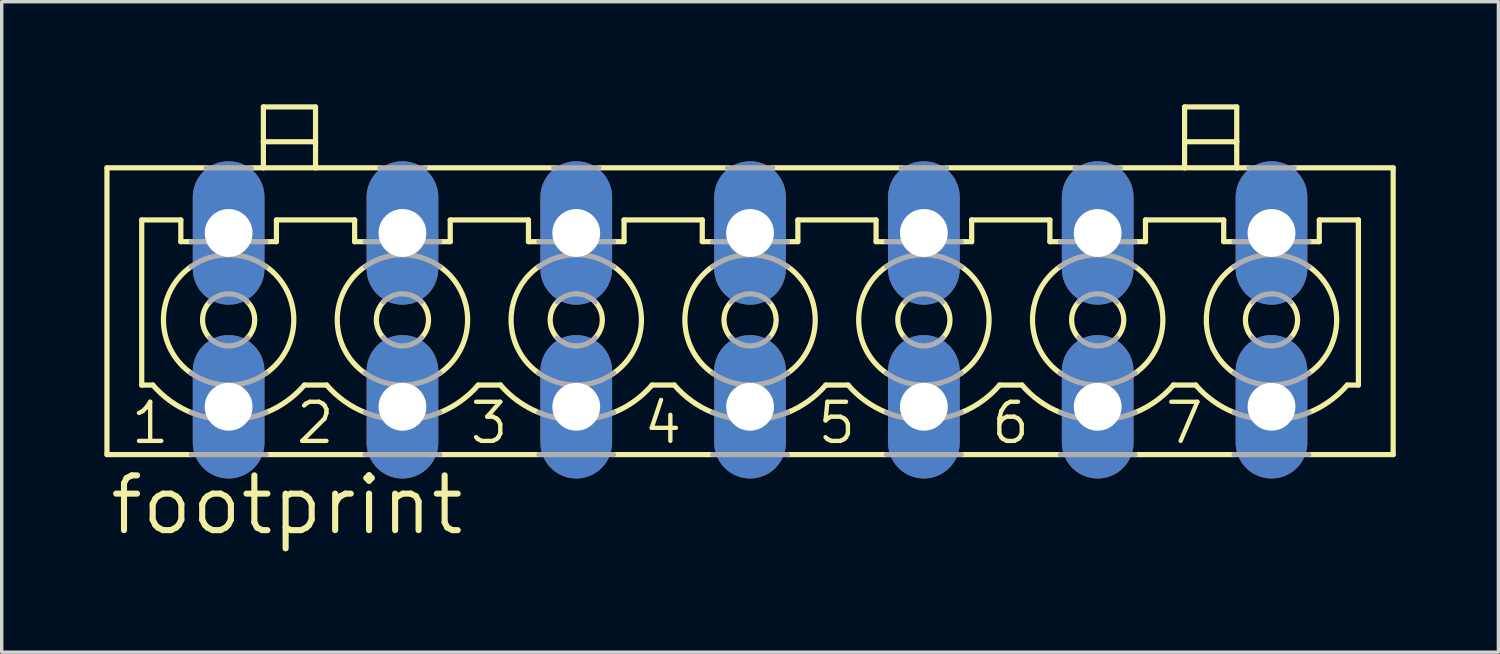
<source format=kicad_pcb>
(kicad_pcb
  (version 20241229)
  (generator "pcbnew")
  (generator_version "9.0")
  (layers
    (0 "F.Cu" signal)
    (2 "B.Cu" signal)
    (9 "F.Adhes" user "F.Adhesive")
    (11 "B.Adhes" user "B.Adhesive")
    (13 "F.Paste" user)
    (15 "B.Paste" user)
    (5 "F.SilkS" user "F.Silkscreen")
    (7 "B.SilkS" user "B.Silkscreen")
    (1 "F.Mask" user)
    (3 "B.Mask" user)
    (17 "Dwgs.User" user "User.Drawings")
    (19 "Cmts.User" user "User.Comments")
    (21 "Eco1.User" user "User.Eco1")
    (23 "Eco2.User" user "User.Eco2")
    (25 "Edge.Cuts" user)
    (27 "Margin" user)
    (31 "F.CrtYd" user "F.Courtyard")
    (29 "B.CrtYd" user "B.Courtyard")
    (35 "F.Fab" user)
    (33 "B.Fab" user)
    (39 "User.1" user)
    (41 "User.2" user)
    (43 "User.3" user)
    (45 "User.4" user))
  (footprint "footprint"
    (layer "F.Cu")
    (at 18.872 6.299)
    (property "Reference" "footprint" (at -18.796 6.35 0) (layer "F.SilkS") (effects (font (size 1.6 1.6) (thickness 0.178)) (justify left bottom)))
    (fp_line (start -18.796 -4.445) (end -18.796 3.937) (stroke (width 0.152) (type solid)) (layer "F.SilkS"))
    (fp_line (start -18.796 -4.445) (end -15.9 -4.445) (stroke (width 0.152) (type solid)) (layer "F.SilkS"))
    (fp_line (start -18.796 3.937) (end -16.332 3.937) (stroke (width 0.152) (type solid)) (layer "F.SilkS"))
    (fp_line (start -17.78 -2.921) (end -17.78 1.905) (stroke (width 0.152) (type solid)) (layer "F.SilkS"))
    (fp_line (start -17.78 -2.921) (end -16.637 -2.921) (stroke (width 0.152) (type solid)) (layer "F.SilkS"))
    (fp_line (start -17.78 1.905) (end -17.454 1.905) (stroke (width 0.152) (type solid)) (layer "F.SilkS"))
    (fp_line (start -16.637 -2.286) (end -16.637 -2.921) (stroke (width 0.152) (type solid)) (layer "F.SilkS"))
    (fp_line (start -16.637 -2.286) (end -16.332 -2.286) (stroke (width 0.152) (type solid)) (layer "F.SilkS"))
    (fp_line (start -14.58 -4.445) (end -14.224 -4.445) (stroke (width 0.152) (type solid)) (layer "F.SilkS"))
    (fp_line (start -14.224 -5.207) (end -14.224 -6.223) (stroke (width 0.152) (type solid)) (layer "F.SilkS"))
    (fp_line (start -14.224 -5.207) (end -12.7 -5.207) (stroke (width 0.152) (type solid)) (layer "F.SilkS"))
    (fp_line (start -14.224 -4.445) (end -14.224 -5.207) (stroke (width 0.152) (type solid)) (layer "F.SilkS"))
    (fp_line (start -14.224 -4.445) (end -12.7 -4.445) (stroke (width 0.152) (type solid)) (layer "F.SilkS"))
    (fp_line (start -14.148 -2.286) (end -13.843 -2.286) (stroke (width 0.152) (type solid)) (layer "F.SilkS"))
    (fp_line (start -14.148 3.937) (end -11.252 3.937) (stroke (width 0.152) (type solid)) (layer "F.SilkS"))
    (fp_line (start -13.843 -2.921) (end -11.557 -2.921) (stroke (width 0.152) (type solid)) (layer "F.SilkS"))
    (fp_line (start -13.843 -2.286) (end -13.843 -2.921) (stroke (width 0.152) (type solid)) (layer "F.SilkS"))
    (fp_line (start -13.026 1.905) (end -12.374 1.905) (stroke (width 0.152) (type solid)) (layer "F.SilkS"))
    (fp_line (start -12.7 -6.223) (end -14.224 -6.223) (stroke (width 0.152) (type solid)) (layer "F.SilkS"))
    (fp_line (start -12.7 -5.207) (end -12.7 -6.223) (stroke (width 0.152) (type solid)) (layer "F.SilkS"))
    (fp_line (start -12.7 -4.445) (end -12.7 -5.207) (stroke (width 0.152) (type solid)) (layer "F.SilkS"))
    (fp_line (start -12.7 -4.445) (end -10.82 -4.445) (stroke (width 0.152) (type solid)) (layer "F.SilkS"))
    (fp_line (start -11.557 -2.286) (end -11.557 -2.921) (stroke (width 0.152) (type solid)) (layer "F.SilkS"))
    (fp_line (start -11.557 -2.286) (end -11.252 -2.286) (stroke (width 0.152) (type solid)) (layer "F.SilkS"))
    (fp_line (start -9.5 -4.445) (end -5.715 -4.445) (stroke (width 0.152) (type solid)) (layer "F.SilkS"))
    (fp_line (start -9.068 -2.286) (end -8.763 -2.286) (stroke (width 0.152) (type solid)) (layer "F.SilkS"))
    (fp_line (start -9.068 3.937) (end -6.172 3.937) (stroke (width 0.152) (type solid)) (layer "F.SilkS"))
    (fp_line (start -8.763 -2.921) (end -6.477 -2.921) (stroke (width 0.152) (type solid)) (layer "F.SilkS"))
    (fp_line (start -8.763 -2.286) (end -8.763 -2.921) (stroke (width 0.152) (type solid)) (layer "F.SilkS"))
    (fp_line (start -7.946 1.905) (end -7.294 1.905) (stroke (width 0.152) (type solid)) (layer "F.SilkS"))
    (fp_line (start -6.477 -2.286) (end -6.477 -2.921) (stroke (width 0.152) (type solid)) (layer "F.SilkS"))
    (fp_line (start -6.477 -2.286) (end -6.172 -2.286) (stroke (width 0.152) (type solid)) (layer "F.SilkS"))
    (fp_line (start -4.42 -4.445) (end -0.635 -4.445) (stroke (width 0.152) (type solid)) (layer "F.SilkS"))
    (fp_line (start -3.988 -2.286) (end -3.683 -2.286) (stroke (width 0.152) (type solid)) (layer "F.SilkS"))
    (fp_line (start -3.988 3.937) (end -1.092 3.937) (stroke (width 0.152) (type solid)) (layer "F.SilkS"))
    (fp_line (start -3.683 -2.921) (end -1.397 -2.921) (stroke (width 0.152) (type solid)) (layer "F.SilkS"))
    (fp_line (start -3.683 -2.286) (end -3.683 -2.921) (stroke (width 0.152) (type solid)) (layer "F.SilkS"))
    (fp_line (start -2.866 1.905) (end -2.214 1.905) (stroke (width 0.152) (type solid)) (layer "F.SilkS"))
    (fp_line (start -1.397 -2.286) (end -1.397 -2.921) (stroke (width 0.152) (type solid)) (layer "F.SilkS"))
    (fp_line (start -1.397 -2.286) (end -1.092 -2.286) (stroke (width 0.152) (type solid)) (layer "F.SilkS"))
    (fp_line (start 0.66 -4.445) (end 4.445 -4.445) (stroke (width 0.152) (type solid)) (layer "F.SilkS"))
    (fp_line (start 1.092 -2.286) (end 1.397 -2.286) (stroke (width 0.152) (type solid)) (layer "F.SilkS"))
    (fp_line (start 1.092 3.937) (end 3.988 3.937) (stroke (width 0.152) (type solid)) (layer "F.SilkS"))
    (fp_line (start 1.397 -2.921) (end 3.683 -2.921) (stroke (width 0.152) (type solid)) (layer "F.SilkS"))
    (fp_line (start 1.397 -2.286) (end 1.397 -2.921) (stroke (width 0.152) (type solid)) (layer "F.SilkS"))
    (fp_line (start 2.214 1.905) (end 2.866 1.905) (stroke (width 0.152) (type solid)) (layer "F.SilkS"))
    (fp_line (start 3.683 -2.286) (end 3.683 -2.921) (stroke (width 0.152) (type solid)) (layer "F.SilkS"))
    (fp_line (start 3.683 -2.286) (end 3.988 -2.286) (stroke (width 0.152) (type solid)) (layer "F.SilkS"))
    (fp_line (start 5.74 -4.445) (end 9.525 -4.445) (stroke (width 0.152) (type solid)) (layer "F.SilkS"))
    (fp_line (start 6.172 -2.286) (end 6.477 -2.286) (stroke (width 0.152) (type solid)) (layer "F.SilkS"))
    (fp_line (start 6.172 3.937) (end 9.068 3.937) (stroke (width 0.152) (type solid)) (layer "F.SilkS"))
    (fp_line (start 6.477 -2.921) (end 8.763 -2.921) (stroke (width 0.152) (type solid)) (layer "F.SilkS"))
    (fp_line (start 6.477 -2.286) (end 6.477 -2.921) (stroke (width 0.152) (type solid)) (layer "F.SilkS"))
    (fp_line (start 7.294 1.905) (end 7.946 1.905) (stroke (width 0.152) (type solid)) (layer "F.SilkS"))
    (fp_line (start 8.763 -2.286) (end 8.763 -2.921) (stroke (width 0.152) (type solid)) (layer "F.SilkS"))
    (fp_line (start 8.763 -2.286) (end 9.068 -2.286) (stroke (width 0.152) (type solid)) (layer "F.SilkS"))
    (fp_line (start 10.82 -4.445) (end 12.7 -4.445) (stroke (width 0.152) (type solid)) (layer "F.SilkS"))
    (fp_line (start 11.252 -2.286) (end 11.557 -2.286) (stroke (width 0.152) (type solid)) (layer "F.SilkS"))
    (fp_line (start 11.252 3.937) (end 14.148 3.937) (stroke (width 0.152) (type solid)) (layer "F.SilkS"))
    (fp_line (start 11.557 -2.921) (end 13.843 -2.921) (stroke (width 0.152) (type solid)) (layer "F.SilkS"))
    (fp_line (start 11.557 -2.286) (end 11.557 -2.921) (stroke (width 0.152) (type solid)) (layer "F.SilkS"))
    (fp_line (start 12.374 1.905) (end 13.026 1.905) (stroke (width 0.152) (type solid)) (layer "F.SilkS"))
    (fp_line (start 12.7 -5.207) (end 12.7 -6.223) (stroke (width 0.152) (type solid)) (layer "F.SilkS"))
    (fp_line (start 12.7 -5.207) (end 14.224 -5.207) (stroke (width 0.152) (type solid)) (layer "F.SilkS"))
    (fp_line (start 12.7 -4.445) (end 12.7 -5.207) (stroke (width 0.152) (type solid)) (layer "F.SilkS"))
    (fp_line (start 12.7 -4.445) (end 14.224 -4.445) (stroke (width 0.152) (type solid)) (layer "F.SilkS"))
    (fp_line (start 13.843 -2.286) (end 13.843 -2.921) (stroke (width 0.152) (type solid)) (layer "F.SilkS"))
    (fp_line (start 13.843 -2.286) (end 14.148 -2.286) (stroke (width 0.152) (type solid)) (layer "F.SilkS"))
    (fp_line (start 14.224 -6.223) (end 12.7 -6.223) (stroke (width 0.152) (type solid)) (layer "F.SilkS"))
    (fp_line (start 14.224 -5.207) (end 14.224 -6.223) (stroke (width 0.152) (type solid)) (layer "F.SilkS"))
    (fp_line (start 14.224 -4.445) (end 14.224 -5.207) (stroke (width 0.152) (type solid)) (layer "F.SilkS"))
    (fp_line (start 14.224 -4.445) (end 14.58 -4.445) (stroke (width 0.152) (type solid)) (layer "F.SilkS"))
    (fp_line (start 15.9 -4.445) (end 18.796 -4.445) (stroke (width 0.152) (type solid)) (layer "F.SilkS"))
    (fp_line (start 16.332 -2.286) (end 16.637 -2.286) (stroke (width 0.152) (type solid)) (layer "F.SilkS"))
    (fp_line (start 16.332 3.937) (end 18.796 3.937) (stroke (width 0.152) (type solid)) (layer "F.SilkS"))
    (fp_line (start 16.637 -2.921) (end 17.78 -2.921) (stroke (width 0.152) (type solid)) (layer "F.SilkS"))
    (fp_line (start 16.637 -2.286) (end 16.637 -2.921) (stroke (width 0.152) (type solid)) (layer "F.SilkS"))
    (fp_line (start 17.454 1.905) (end 17.78 1.905) (stroke (width 0.152) (type solid)) (layer "F.SilkS"))
    (fp_line (start 17.78 1.905) (end 17.78 -2.921) (stroke (width 0.152) (type solid)) (layer "F.SilkS"))
    (fp_line (start 18.796 -4.445) (end 18.796 3.937) (stroke (width 0.152) (type solid)) (layer "F.SilkS"))
    (fp_arc (start -16.332199 1.560801) (mid -17.144993 0.000001) (end -16.3322 -1.5608) (stroke (width 0.1524) (type solid)) (layer "F.SilkS"))
    (fp_arc (start -16.3318 2.7092) (mid -16.941094 2.374351) (end -17.454 1.905) (stroke (width 0.1524) (type solid)) (layer "F.SilkS"))
    (fp_arc (start -15.7914 0.526) (mid -16.002049 0) (end -15.7914 -0.526) (stroke (width 0.1524) (type solid)) (layer "F.SilkS"))
    (fp_arc (start -14.688599 -0.525999) (mid -14.477951 0.000001) (end -14.6886 0.526) (stroke (width 0.1524) (type solid)) (layer "F.SilkS"))
    (fp_arc (start -14.1478 -1.5608) (mid -13.335007 0) (end -14.1478 1.5608) (stroke (width 0.1524) (type solid)) (layer "F.SilkS"))
    (fp_arc (start -13.0255 1.9051) (mid -13.538459 2.374412) (end -14.1478 2.7092) (stroke (width 0.1524) (type solid)) (layer "F.SilkS"))
    (fp_arc (start -11.252199 1.560801) (mid -12.064993 0.000001) (end -11.2522 -1.5608) (stroke (width 0.1524) (type solid)) (layer "F.SilkS"))
    (fp_arc (start -11.2518 2.7092) (mid -11.861094 2.374351) (end -12.374 1.905) (stroke (width 0.1524) (type solid)) (layer "F.SilkS"))
    (fp_arc (start -10.7114 0.526) (mid -10.922049 0) (end -10.7114 -0.526) (stroke (width 0.1524) (type solid)) (layer "F.SilkS"))
    (fp_arc (start -9.608599 -0.525999) (mid -9.397951 0.000001) (end -9.6086 0.526) (stroke (width 0.1524) (type solid)) (layer "F.SilkS"))
    (fp_arc (start -9.0678 -1.5608) (mid -8.255007 0) (end -9.0678 1.5608) (stroke (width 0.1524) (type solid)) (layer "F.SilkS"))
    (fp_arc (start -7.9455 1.9051) (mid -8.458459 2.374412) (end -9.0678 2.7092) (stroke (width 0.1524) (type solid)) (layer "F.SilkS"))
    (fp_arc (start -6.172199 1.560801) (mid -6.984993 0.000001) (end -6.1722 -1.5608) (stroke (width 0.1524) (type solid)) (layer "F.SilkS"))
    (fp_arc (start -6.1718 2.7092) (mid -6.781094 2.374351) (end -7.294 1.905) (stroke (width 0.1524) (type solid)) (layer "F.SilkS"))
    (fp_arc (start -5.6314 0.526) (mid -5.842049 0) (end -5.6314 -0.526) (stroke (width 0.1524) (type solid)) (layer "F.SilkS"))
    (fp_arc (start -4.528599 -0.525999) (mid -4.317951 0.000001) (end -4.5286 0.526) (stroke (width 0.1524) (type solid)) (layer "F.SilkS"))
    (fp_arc (start -3.9878 -1.5608) (mid -3.175007 0) (end -3.9878 1.5608) (stroke (width 0.1524) (type solid)) (layer "F.SilkS"))
    (fp_arc (start -2.8655 1.9051) (mid -3.378459 2.374412) (end -3.9878 2.7092) (stroke (width 0.1524) (type solid)) (layer "F.SilkS"))
    (fp_arc (start -1.0922 1.5608) (mid -1.904993 0) (end -1.0922 -1.5608) (stroke (width 0.1524) (type solid)) (layer "F.SilkS"))
    (fp_arc (start -1.0918 2.7092) (mid -1.701094 2.374351) (end -2.214 1.905) (stroke (width 0.1524) (type solid)) (layer "F.SilkS"))
    (fp_arc (start -0.5514 0.526) (mid -0.762049 0) (end -0.5514 -0.526) (stroke (width 0.1524) (type solid)) (layer "F.SilkS"))
    (fp_arc (start 0.5514 -0.526) (mid 0.762049 0) (end 0.5514 0.526) (stroke (width 0.1524) (type solid)) (layer "F.SilkS"))
    (fp_arc (start 1.0922 -1.5608) (mid 1.904993 0) (end 1.0922 1.5608) (stroke (width 0.1524) (type solid)) (layer "F.SilkS"))
    (fp_arc (start 2.214 1.905) (mid 1.701094 2.374351) (end 1.0918 2.7092) (stroke (width 0.1524) (type solid)) (layer "F.SilkS"))
    (fp_arc (start 3.9878 1.5608) (mid 3.175007 0) (end 3.9878 -1.5608) (stroke (width 0.1524) (type solid)) (layer "F.SilkS"))
    (fp_arc (start 3.9882 2.709) (mid 3.378916 2.374254) (end 2.866 1.905) (stroke (width 0.1524) (type solid)) (layer "F.SilkS"))
    (fp_arc (start 4.528599 0.525999) (mid 4.317951 -0.000001) (end 4.5286 -0.526) (stroke (width 0.1524) (type solid)) (layer "F.SilkS"))
    (fp_arc (start 5.6314 -0.526) (mid 5.842049 0) (end 5.6314 0.526) (stroke (width 0.1524) (type solid)) (layer "F.SilkS"))
    (fp_arc (start 6.172199 -1.560801) (mid 6.984993 -0.000001) (end 6.1722 1.5608) (stroke (width 0.1524) (type solid)) (layer "F.SilkS"))
    (fp_arc (start 7.294 1.905) (mid 6.781094 2.374351) (end 6.1718 2.7092) (stroke (width 0.1524) (type solid)) (layer "F.SilkS"))
    (fp_arc (start 9.0678 1.5608) (mid 8.255007 0) (end 9.0678 -1.5608) (stroke (width 0.1524) (type solid)) (layer "F.SilkS"))
    (fp_arc (start 9.0682 2.709) (mid 8.458916 2.374254) (end 7.946 1.905) (stroke (width 0.1524) (type solid)) (layer "F.SilkS"))
    (fp_arc (start 9.608599 0.525999) (mid 9.397951 -0.000001) (end 9.6086 -0.526) (stroke (width 0.1524) (type solid)) (layer "F.SilkS"))
    (fp_arc (start 10.7114 -0.526) (mid 10.922049 0) (end 10.7114 0.526) (stroke (width 0.1524) (type solid)) (layer "F.SilkS"))
    (fp_arc (start 11.252199 -1.560801) (mid 12.064993 -0.000001) (end 11.2522 1.5608) (stroke (width 0.1524) (type solid)) (layer "F.SilkS"))
    (fp_arc (start 12.374 1.905) (mid 11.861094 2.374351) (end 11.2518 2.7092) (stroke (width 0.1524) (type solid)) (layer "F.SilkS"))
    (fp_arc (start 14.1478 1.5608) (mid 13.335007 0) (end 14.1478 -1.5608) (stroke (width 0.1524) (type solid)) (layer "F.SilkS"))
    (fp_arc (start 14.1482 2.709) (mid 13.538916 2.374254) (end 13.026 1.905) (stroke (width 0.1524) (type solid)) (layer "F.SilkS"))
    (fp_arc (start 14.688599 0.525999) (mid 14.477951 -0.000001) (end 14.6886 -0.526) (stroke (width 0.1524) (type solid)) (layer "F.SilkS"))
    (fp_arc (start 15.7914 -0.526) (mid 16.002049 0) (end 15.7914 0.526) (stroke (width 0.1524) (type solid)) (layer "F.SilkS"))
    (fp_arc (start 16.332199 -1.560801) (mid 17.144993 -0.000001) (end 16.3322 1.5608) (stroke (width 0.1524) (type solid)) (layer "F.SilkS"))
    (fp_arc (start 17.454 1.905) (mid 16.941094 2.374351) (end 16.3318 2.7092) (stroke (width 0.1524) (type solid)) (layer "F.SilkS"))
    (fp_line (start -16.332 -2.286) (end -14.148 -2.286) (stroke (width 0.152) (type solid)) (layer "F.Fab"))
    (fp_line (start -16.332 3.937) (end -14.148 3.937) (stroke (width 0.152) (type solid)) (layer "F.Fab"))
    (fp_line (start -15.9 -4.445) (end -14.58 -4.445) (stroke (width 0.152) (type solid)) (layer "F.Fab"))
    (fp_line (start -11.252 -2.286) (end -9.068 -2.286) (stroke (width 0.152) (type solid)) (layer "F.Fab"))
    (fp_line (start -11.252 3.937) (end -9.068 3.937) (stroke (width 0.152) (type solid)) (layer "F.Fab"))
    (fp_line (start -10.82 -4.445) (end -9.5 -4.445) (stroke (width 0.152) (type solid)) (layer "F.Fab"))
    (fp_line (start -6.172 -2.286) (end -3.988 -2.286) (stroke (width 0.152) (type solid)) (layer "F.Fab"))
    (fp_line (start -6.172 3.937) (end -3.988 3.937) (stroke (width 0.152) (type solid)) (layer "F.Fab"))
    (fp_line (start -5.74 -4.445) (end -4.42 -4.445) (stroke (width 0.152) (type solid)) (layer "F.Fab"))
    (fp_line (start -1.092 -2.286) (end 1.092 -2.286) (stroke (width 0.152) (type solid)) (layer "F.Fab"))
    (fp_line (start -1.092 3.937) (end 1.092 3.937) (stroke (width 0.152) (type solid)) (layer "F.Fab"))
    (fp_line (start -0.66 -4.445) (end 0.66 -4.445) (stroke (width 0.152) (type solid)) (layer "F.Fab"))
    (fp_line (start 3.988 -2.286) (end 6.172 -2.286) (stroke (width 0.152) (type solid)) (layer "F.Fab"))
    (fp_line (start 3.988 3.937) (end 6.172 3.937) (stroke (width 0.152) (type solid)) (layer "F.Fab"))
    (fp_line (start 4.42 -4.445) (end 5.74 -4.445) (stroke (width 0.152) (type solid)) (layer "F.Fab"))
    (fp_line (start 9.068 -2.286) (end 11.252 -2.286) (stroke (width 0.152) (type solid)) (layer "F.Fab"))
    (fp_line (start 9.068 3.937) (end 11.252 3.937) (stroke (width 0.152) (type solid)) (layer "F.Fab"))
    (fp_line (start 9.5 -4.445) (end 10.82 -4.445) (stroke (width 0.152) (type solid)) (layer "F.Fab"))
    (fp_line (start 14.148 -2.286) (end 16.332 -2.286) (stroke (width 0.152) (type solid)) (layer "F.Fab"))
    (fp_line (start 14.148 3.937) (end 16.332 3.937) (stroke (width 0.152) (type solid)) (layer "F.Fab"))
    (fp_line (start 14.58 -4.445) (end 15.9 -4.445) (stroke (width 0.152) (type solid)) (layer "F.Fab"))
    (fp_arc (start -16.3322 -1.5608) (mid -15.24 -1.904993) (end -14.1478 -1.5608) (stroke (width 0.1524) (type solid)) (layer "F.Fab"))
    (fp_arc (start -15.7914 -0.526) (mid -15.24 -0.762049) (end -14.6886 -0.526) (stroke (width 0.1524) (type solid)) (layer "F.Fab"))
    (fp_arc (start -14.6886 0.526) (mid -15.24 0.762049) (end -15.7914 0.526) (stroke (width 0.1524) (type solid)) (layer "F.Fab"))
    (fp_arc (start -14.1478 1.5608) (mid -15.24 1.904993) (end -16.3322 1.5608) (stroke (width 0.1524) (type solid)) (layer "F.Fab"))
    (fp_arc (start -14.1478 2.7092) (mid -15.24 2.921073) (end -16.3322 2.7092) (stroke (width 0.1524) (type solid)) (layer "F.Fab"))
    (fp_arc (start -11.2522 -1.5608) (mid -10.16 -1.904993) (end -9.0678 -1.5608) (stroke (width 0.1524) (type solid)) (layer "F.Fab"))
    (fp_arc (start -10.7114 -0.526) (mid -10.16 -0.762049) (end -9.6086 -0.526) (stroke (width 0.1524) (type solid)) (layer "F.Fab"))
    (fp_arc (start -9.6086 0.526) (mid -10.16 0.762049) (end -10.7114 0.526) (stroke (width 0.1524) (type solid)) (layer "F.Fab"))
    (fp_arc (start -9.0678 1.5608) (mid -10.16 1.904993) (end -11.2522 1.5608) (stroke (width 0.1524) (type solid)) (layer "F.Fab"))
    (fp_arc (start -9.0678 2.7092) (mid -10.16 2.921073) (end -11.2522 2.7092) (stroke (width 0.1524) (type solid)) (layer "F.Fab"))
    (fp_arc (start -6.1722 -1.5608) (mid -5.08 -1.904993) (end -3.9878 -1.5608) (stroke (width 0.1524) (type solid)) (layer "F.Fab"))
    (fp_arc (start -5.6314 -0.526) (mid -5.08 -0.762049) (end -4.5286 -0.526) (stroke (width 0.1524) (type solid)) (layer "F.Fab"))
    (fp_arc (start -4.5286 0.526) (mid -5.08 0.762049) (end -5.6314 0.526) (stroke (width 0.1524) (type solid)) (layer "F.Fab"))
    (fp_arc (start -3.9878 1.5608) (mid -5.08 1.904993) (end -6.1722 1.5608) (stroke (width 0.1524) (type solid)) (layer "F.Fab"))
    (fp_arc (start -3.9878 2.7092) (mid -5.08 2.921073) (end -6.1722 2.7092) (stroke (width 0.1524) (type solid)) (layer "F.Fab"))
    (fp_arc (start -1.0922 -1.5608) (mid 0 -1.904993) (end 1.0922 -1.5608) (stroke (width 0.1524) (type solid)) (layer "F.Fab"))
    (fp_arc (start -0.5514 -0.526) (mid 0 -0.762049) (end 0.5514 -0.526) (stroke (width 0.1524) (type solid)) (layer "F.Fab"))
    (fp_arc (start 0.5514 0.526) (mid 0 0.762049) (end -0.5514 0.526) (stroke (width 0.1524) (type solid)) (layer "F.Fab"))
    (fp_arc (start 1.0922 1.5608) (mid 0 1.904993) (end -1.0922 1.5608) (stroke (width 0.1524) (type solid)) (layer "F.Fab"))
    (fp_arc (start 1.0922 2.7092) (mid 0 2.921073) (end -1.0922 2.7092) (stroke (width 0.1524) (type solid)) (layer "F.Fab"))
    (fp_arc (start 3.9878 -1.5608) (mid 5.08 -1.904993) (end 6.1722 -1.5608) (stroke (width 0.1524) (type solid)) (layer "F.Fab"))
    (fp_arc (start 4.5286 -0.526) (mid 5.08 -0.762049) (end 5.6314 -0.526) (stroke (width 0.1524) (type solid)) (layer "F.Fab"))
    (fp_arc (start 5.6314 0.526) (mid 5.08 0.762049) (end 4.5286 0.526) (stroke (width 0.1524) (type solid)) (layer "F.Fab"))
    (fp_arc (start 6.1722 1.5608) (mid 5.08 1.904993) (end 3.9878 1.5608) (stroke (width 0.1524) (type solid)) (layer "F.Fab"))
    (fp_arc (start 6.1722 2.7092) (mid 5.08 2.921073) (end 3.9878 2.7092) (stroke (width 0.1524) (type solid)) (layer "F.Fab"))
    (fp_arc (start 9.0678 -1.5608) (mid 10.16 -1.904993) (end 11.2522 -1.5608) (stroke (width 0.1524) (type solid)) (layer "F.Fab"))
    (fp_arc (start 9.6086 -0.526) (mid 10.16 -0.762049) (end 10.7114 -0.526) (stroke (width 0.1524) (type solid)) (layer "F.Fab"))
    (fp_arc (start 10.7114 0.526) (mid 10.16 0.762049) (end 9.6086 0.526) (stroke (width 0.1524) (type solid)) (layer "F.Fab"))
    (fp_arc (start 11.2522 1.5608) (mid 10.16 1.904993) (end 9.0678 1.5608) (stroke (width 0.1524) (type solid)) (layer "F.Fab"))
    (fp_arc (start 11.2522 2.7092) (mid 10.16 2.921073) (end 9.0678 2.7092) (stroke (width 0.1524) (type solid)) (layer "F.Fab"))
    (fp_arc (start 14.1478 -1.5608) (mid 15.24 -1.904993) (end 16.3322 -1.5608) (stroke (width 0.1524) (type solid)) (layer "F.Fab"))
    (fp_arc (start 14.6886 -0.526) (mid 15.24 -0.762049) (end 15.7914 -0.526) (stroke (width 0.1524) (type solid)) (layer "F.Fab"))
    (fp_arc (start 15.7914 0.526) (mid 15.24 0.762049) (end 14.6886 0.526) (stroke (width 0.1524) (type solid)) (layer "F.Fab"))
    (fp_arc (start 16.3322 1.5608) (mid 15.24 1.904993) (end 14.1478 1.5608) (stroke (width 0.1524) (type solid)) (layer "F.Fab"))
    (fp_arc (start 16.3322 2.7092) (mid 15.24 2.921073) (end 14.1478 2.7092) (stroke (width 0.1524) (type solid)) (layer "F.Fab"))
    (fp_text user "2" (at -13.335 3.683 0) (layer "F.SilkS") (effects (font (size 1.143 1.143) (thickness 0.127)) (justify left bottom)))
    (fp_text user "5" (at 1.905 3.683 0) (layer "F.SilkS") (effects (font (size 1.143 1.143) (thickness 0.127)) (justify left bottom)))
    (fp_text user "1" (at -18.161 3.683 0) (layer "F.SilkS") (effects (font (size 1.143 1.143) (thickness 0.127)) (justify left bottom)))
    (fp_text user "6" (at 6.985 3.683 0) (layer "F.SilkS") (effects (font (size 1.143 1.143) (thickness 0.127)) (justify left bottom)))
    (fp_text user "7" (at 12.065 3.683 0) (layer "F.SilkS") (effects (font (size 1.143 1.143) (thickness 0.127)) (justify left bottom)))
    (fp_text user "3" (at -8.255 3.683 0) (layer "F.SilkS") (effects (font (size 1.143 1.143) (thickness 0.127)) (justify left bottom)))
    (fp_text user "4" (at -3.175 3.683 0) (layer "F.SilkS") (effects (font (size 1.143 1.143) (thickness 0.127)) (justify left bottom)))
    (pad "1" thru_hole oval (at -15.24 -2.54 90) (size 4.191 2.095) (drill 1.397) (layers "*.Cu" "*.Mask"))
    (pad "1A" thru_hole oval (at -15.24 2.54 90) (size 4.191 2.095) (drill 1.397) (layers "*.Cu" "*.Mask"))
    (pad "2" thru_hole oval (at -10.16 -2.54 90) (size 4.191 2.095) (drill 1.397) (layers "*.Cu" "*.Mask"))
    (pad "2A" thru_hole oval (at -10.16 2.54 90) (size 4.191 2.095) (drill 1.397) (layers "*.Cu" "*.Mask"))
    (pad "3" thru_hole oval (at -5.08 -2.54 90) (size 4.191 2.095) (drill 1.397) (layers "*.Cu" "*.Mask"))
    (pad "3A" thru_hole oval (at -5.08 2.54 90) (size 4.191 2.095) (drill 1.397) (layers "*.Cu" "*.Mask"))
    (pad "4" thru_hole oval (at 0 -2.54 90) (size 4.191 2.095) (drill 1.397) (layers "*.Cu" "*.Mask"))
    (pad "4A" thru_hole oval (at 0 2.54 90) (size 4.191 2.095) (drill 1.397) (layers "*.Cu" "*.Mask"))
    (pad "5" thru_hole oval (at 5.08 -2.54 90) (size 4.191 2.095) (drill 1.397) (layers "*.Cu" "*.Mask"))
    (pad "5A" thru_hole oval (at 5.08 2.54 90) (size 4.191 2.095) (drill 1.397) (layers "*.Cu" "*.Mask"))
    (pad "6" thru_hole oval (at 10.16 -2.54 90) (size 4.191 2.095) (drill 1.397) (layers "*.Cu" "*.Mask"))
    (pad "6A" thru_hole oval (at 10.16 2.54 90) (size 4.191 2.095) (drill 1.397) (layers "*.Cu" "*.Mask"))
    (pad "7" thru_hole oval (at 15.24 -2.54 90) (size 4.191 2.095) (drill 1.397) (layers "*.Cu" "*.Mask"))
    (pad "7A" thru_hole oval (at 15.24 2.54 90) (size 4.191 2.095) (drill 1.397) (layers "*.Cu" "*.Mask")))
  (gr_rect
    (start -3 -3)
    (end 40.744 16.012)
    (stroke (width 0.1) (type default))
    (fill no)
    (layer "Edge.Cuts")))
</source>
